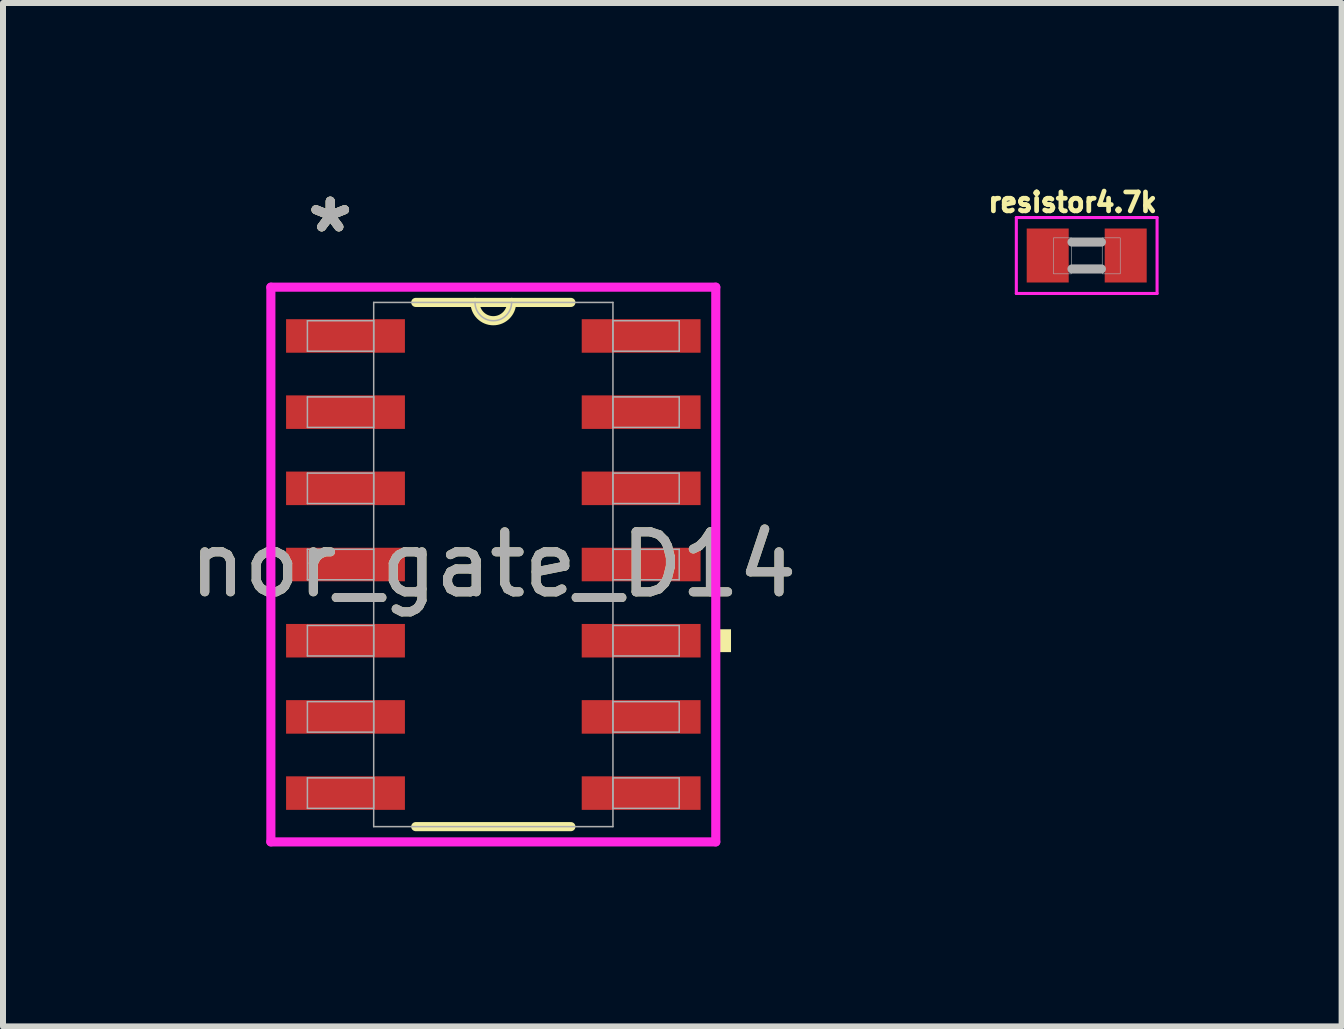
<source format=kicad_pcb>
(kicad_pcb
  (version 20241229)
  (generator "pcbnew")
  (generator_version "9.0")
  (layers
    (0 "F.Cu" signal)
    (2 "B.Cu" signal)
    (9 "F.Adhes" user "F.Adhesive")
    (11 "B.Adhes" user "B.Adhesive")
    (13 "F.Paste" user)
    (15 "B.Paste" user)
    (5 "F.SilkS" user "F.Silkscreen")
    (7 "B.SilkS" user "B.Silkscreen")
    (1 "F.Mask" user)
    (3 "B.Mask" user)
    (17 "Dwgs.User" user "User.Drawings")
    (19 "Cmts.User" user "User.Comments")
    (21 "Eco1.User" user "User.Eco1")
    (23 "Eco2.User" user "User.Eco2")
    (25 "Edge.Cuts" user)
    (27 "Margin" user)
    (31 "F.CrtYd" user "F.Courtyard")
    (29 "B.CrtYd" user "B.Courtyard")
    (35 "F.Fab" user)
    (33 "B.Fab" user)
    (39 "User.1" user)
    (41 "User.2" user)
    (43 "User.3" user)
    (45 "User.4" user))
  (footprint "nor_gate_D14"
    (layer "F.Cu")
    (at 5.173 6.36)
    (property "Reference" "nor_gate_D14" (at 0 0 0) (unlocked yes) (layer "F.SilkS") (effects (font (size 1 1) (thickness 0.15))))
    (attr smd)
    (fp_line (start -1.293 4.369) (end 1.293 4.369) (stroke (width 0.152) (type solid)) (layer "F.SilkS"))
    (fp_line (start 1.293 -4.369) (end -1.293 -4.369) (stroke (width 0.152) (type solid)) (layer "F.SilkS"))
    (fp_arc (start 0.3048 -4.3688) (mid 0 -4.064) (end -0.3048 -4.3688) (stroke (width 0.1524) (type solid)) (layer "F.SilkS"))
    (fp_poly (pts (xy 3.962 1.079) (xy 3.962 1.46) (xy 3.708 1.46) (xy 3.708 1.079)) (stroke (width 0) (type solid)) (fill yes) (layer "F.SilkS"))
    (fp_line (start -3.708 -4.623) (end 3.708 -4.623) (stroke (width 0.152) (type solid)) (layer "F.CrtYd"))
    (fp_line (start -3.708 4.623) (end -3.708 -4.623) (stroke (width 0.152) (type solid)) (layer "F.CrtYd"))
    (fp_line (start 3.708 -4.623) (end 3.708 4.623) (stroke (width 0.152) (type solid)) (layer "F.CrtYd"))
    (fp_line (start 3.708 4.623) (end -3.708 4.623) (stroke (width 0.152) (type solid)) (layer "F.CrtYd"))
    (fp_line (start -3.099 -4.064) (end -3.099 -3.556) (stroke (width 0.025) (type solid)) (layer "F.Fab"))
    (fp_line (start -3.099 -3.556) (end -1.994 -3.556) (stroke (width 0.025) (type solid)) (layer "F.Fab"))
    (fp_line (start -3.099 -2.794) (end -3.099 -2.286) (stroke (width 0.025) (type solid)) (layer "F.Fab"))
    (fp_line (start -3.099 -2.286) (end -1.994 -2.286) (stroke (width 0.025) (type solid)) (layer "F.Fab"))
    (fp_line (start -3.099 -1.524) (end -3.099 -1.016) (stroke (width 0.025) (type solid)) (layer "F.Fab"))
    (fp_line (start -3.099 -1.016) (end -1.994 -1.016) (stroke (width 0.025) (type solid)) (layer "F.Fab"))
    (fp_line (start -3.099 -0.254) (end -3.099 0.254) (stroke (width 0.025) (type solid)) (layer "F.Fab"))
    (fp_line (start -3.099 0.254) (end -1.994 0.254) (stroke (width 0.025) (type solid)) (layer "F.Fab"))
    (fp_line (start -3.099 1.016) (end -3.099 1.524) (stroke (width 0.025) (type solid)) (layer "F.Fab"))
    (fp_line (start -3.099 1.524) (end -1.994 1.524) (stroke (width 0.025) (type solid)) (layer "F.Fab"))
    (fp_line (start -3.099 2.286) (end -3.099 2.794) (stroke (width 0.025) (type solid)) (layer "F.Fab"))
    (fp_line (start -3.099 2.794) (end -1.994 2.794) (stroke (width 0.025) (type solid)) (layer "F.Fab"))
    (fp_line (start -3.099 3.556) (end -3.099 4.064) (stroke (width 0.025) (type solid)) (layer "F.Fab"))
    (fp_line (start -3.099 4.064) (end -1.994 4.064) (stroke (width 0.025) (type solid)) (layer "F.Fab"))
    (fp_line (start -1.994 -4.369) (end -1.994 4.369) (stroke (width 0.025) (type solid)) (layer "F.Fab"))
    (fp_line (start -1.994 -4.064) (end -3.099 -4.064) (stroke (width 0.025) (type solid)) (layer "F.Fab"))
    (fp_line (start -1.994 -3.556) (end -1.994 -4.064) (stroke (width 0.025) (type solid)) (layer "F.Fab"))
    (fp_line (start -1.994 -2.794) (end -3.099 -2.794) (stroke (width 0.025) (type solid)) (layer "F.Fab"))
    (fp_line (start -1.994 -2.286) (end -1.994 -2.794) (stroke (width 0.025) (type solid)) (layer "F.Fab"))
    (fp_line (start -1.994 -1.524) (end -3.099 -1.524) (stroke (width 0.025) (type solid)) (layer "F.Fab"))
    (fp_line (start -1.994 -1.016) (end -1.994 -1.524) (stroke (width 0.025) (type solid)) (layer "F.Fab"))
    (fp_line (start -1.994 -0.254) (end -3.099 -0.254) (stroke (width 0.025) (type solid)) (layer "F.Fab"))
    (fp_line (start -1.994 0.254) (end -1.994 -0.254) (stroke (width 0.025) (type solid)) (layer "F.Fab"))
    (fp_line (start -1.994 1.016) (end -3.099 1.016) (stroke (width 0.025) (type solid)) (layer "F.Fab"))
    (fp_line (start -1.994 1.524) (end -1.994 1.016) (stroke (width 0.025) (type solid)) (layer "F.Fab"))
    (fp_line (start -1.994 2.286) (end -3.099 2.286) (stroke (width 0.025) (type solid)) (layer "F.Fab"))
    (fp_line (start -1.994 2.794) (end -1.994 2.286) (stroke (width 0.025) (type solid)) (layer "F.Fab"))
    (fp_line (start -1.994 3.556) (end -3.099 3.556) (stroke (width 0.025) (type solid)) (layer "F.Fab"))
    (fp_line (start -1.994 4.064) (end -1.994 3.556) (stroke (width 0.025) (type solid)) (layer "F.Fab"))
    (fp_line (start -1.994 4.369) (end 1.994 4.369) (stroke (width 0.025) (type solid)) (layer "F.Fab"))
    (fp_line (start 1.994 -4.369) (end -1.994 -4.369) (stroke (width 0.025) (type solid)) (layer "F.Fab"))
    (fp_line (start 1.994 -4.064) (end 1.994 -3.556) (stroke (width 0.025) (type solid)) (layer "F.Fab"))
    (fp_line (start 1.994 -3.556) (end 3.099 -3.556) (stroke (width 0.025) (type solid)) (layer "F.Fab"))
    (fp_line (start 1.994 -2.794) (end 1.994 -2.286) (stroke (width 0.025) (type solid)) (layer "F.Fab"))
    (fp_line (start 1.994 -2.286) (end 3.099 -2.286) (stroke (width 0.025) (type solid)) (layer "F.Fab"))
    (fp_line (start 1.994 -1.524) (end 1.994 -1.016) (stroke (width 0.025) (type solid)) (layer "F.Fab"))
    (fp_line (start 1.994 -1.016) (end 3.099 -1.016) (stroke (width 0.025) (type solid)) (layer "F.Fab"))
    (fp_line (start 1.994 -0.254) (end 1.994 0.254) (stroke (width 0.025) (type solid)) (layer "F.Fab"))
    (fp_line (start 1.994 0.254) (end 3.099 0.254) (stroke (width 0.025) (type solid)) (layer "F.Fab"))
    (fp_line (start 1.994 1.016) (end 1.994 1.524) (stroke (width 0.025) (type solid)) (layer "F.Fab"))
    (fp_line (start 1.994 1.524) (end 3.099 1.524) (stroke (width 0.025) (type solid)) (layer "F.Fab"))
    (fp_line (start 1.994 2.286) (end 1.994 2.794) (stroke (width 0.025) (type solid)) (layer "F.Fab"))
    (fp_line (start 1.994 2.794) (end 3.099 2.794) (stroke (width 0.025) (type solid)) (layer "F.Fab"))
    (fp_line (start 1.994 3.556) (end 1.994 4.064) (stroke (width 0.025) (type solid)) (layer "F.Fab"))
    (fp_line (start 1.994 4.064) (end 3.099 4.064) (stroke (width 0.025) (type solid)) (layer "F.Fab"))
    (fp_line (start 1.994 4.369) (end 1.994 -4.369) (stroke (width 0.025) (type solid)) (layer "F.Fab"))
    (fp_line (start 3.099 -4.064) (end 1.994 -4.064) (stroke (width 0.025) (type solid)) (layer "F.Fab"))
    (fp_line (start 3.099 -3.556) (end 3.099 -4.064) (stroke (width 0.025) (type solid)) (layer "F.Fab"))
    (fp_line (start 3.099 -2.794) (end 1.994 -2.794) (stroke (width 0.025) (type solid)) (layer "F.Fab"))
    (fp_line (start 3.099 -2.286) (end 3.099 -2.794) (stroke (width 0.025) (type solid)) (layer "F.Fab"))
    (fp_line (start 3.099 -1.524) (end 1.994 -1.524) (stroke (width 0.025) (type solid)) (layer "F.Fab"))
    (fp_line (start 3.099 -1.016) (end 3.099 -1.524) (stroke (width 0.025) (type solid)) (layer "F.Fab"))
    (fp_line (start 3.099 -0.254) (end 1.994 -0.254) (stroke (width 0.025) (type solid)) (layer "F.Fab"))
    (fp_line (start 3.099 0.254) (end 3.099 -0.254) (stroke (width 0.025) (type solid)) (layer "F.Fab"))
    (fp_line (start 3.099 1.016) (end 1.994 1.016) (stroke (width 0.025) (type solid)) (layer "F.Fab"))
    (fp_line (start 3.099 1.524) (end 3.099 1.016) (stroke (width 0.025) (type solid)) (layer "F.Fab"))
    (fp_line (start 3.099 2.286) (end 1.994 2.286) (stroke (width 0.025) (type solid)) (layer "F.Fab"))
    (fp_line (start 3.099 2.794) (end 3.099 2.286) (stroke (width 0.025) (type solid)) (layer "F.Fab"))
    (fp_line (start 3.099 3.556) (end 1.994 3.556) (stroke (width 0.025) (type solid)) (layer "F.Fab"))
    (fp_line (start 3.099 4.064) (end 3.099 3.556) (stroke (width 0.025) (type solid)) (layer "F.Fab"))
    (fp_arc (start 0.3048 -4.3688) (mid 0 -4.064) (end -0.3048 -4.3688) (stroke (width 0.0254) (type solid)) (layer "F.Fab"))
    (fp_text user "*" (at -2.718 -5.512 0) (unlocked yes) (layer "F.SilkS") (effects (font (size 1 1) (thickness 0.15))))
    (fp_text user "*" (at -2.718 -5.512 0) (layer "F.SilkS") (effects (font (size 1 1) (thickness 0.15))))
    (fp_text user "${REFERENCE}" (at 0 0 0) (unlocked yes) (layer "F.Fab") (effects (font (size 1 1) (thickness 0.15))))
    (fp_text user "*" (at -2.718 -5.512 0) (unlocked yes) (layer "F.Fab") (effects (font (size 1 1) (thickness 0.15))))
    (fp_text user "*" (at -2.718 -5.512 0) (layer "F.Fab") (effects (font (size 1 1) (thickness 0.15))))
    (pad "1" smd rect (at -2.464 -3.81) (size 1.981 0.559) (layers "F.Cu" "F.Mask" "F.Paste"))
    (pad "2" smd rect (at -2.464 -2.54) (size 1.981 0.559) (layers "F.Cu" "F.Mask" "F.Paste"))
    (pad "3" smd rect (at -2.464 -1.27) (size 1.981 0.559) (layers "F.Cu" "F.Mask" "F.Paste"))
    (pad "4" smd rect (at -2.464 0) (size 1.981 0.559) (layers "F.Cu" "F.Mask" "F.Paste"))
    (pad "5" smd rect (at -2.464 1.27) (size 1.981 0.559) (layers "F.Cu" "F.Mask" "F.Paste"))
    (pad "6" smd rect (at -2.464 2.54) (size 1.981 0.559) (layers "F.Cu" "F.Mask" "F.Paste"))
    (pad "7" smd rect (at -2.464 3.81) (size 1.981 0.559) (layers "F.Cu" "F.Mask" "F.Paste"))
    (pad "8" smd rect (at 2.464 3.81) (size 1.981 0.559) (layers "F.Cu" "F.Mask" "F.Paste"))
    (pad "9" smd rect (at 2.464 2.54) (size 1.981 0.559) (layers "F.Cu" "F.Mask" "F.Paste"))
    (pad "10" smd rect (at 2.464 1.27) (size 1.981 0.559) (layers "F.Cu" "F.Mask" "F.Paste"))
    (pad "11" smd rect (at 2.464 0) (size 1.981 0.559) (layers "F.Cu" "F.Mask" "F.Paste"))
    (pad "12" smd rect (at 2.464 -1.27) (size 1.981 0.559) (layers "F.Cu" "F.Mask" "F.Paste"))
    (pad "13" smd rect (at 2.464 -2.54) (size 1.981 0.559) (layers "F.Cu" "F.Mask" "F.Paste"))
    (pad "14" smd rect (at 2.464 -3.81) (size 1.981 0.559) (layers "F.Cu" "F.Mask" "F.Paste")))
  (footprint "resistor4.7k"
    (layer "F.Cu")
    (at 15.064 1.209)
    (property "Reference" "resistor4.7k" (at -0.235 -0.886 0) (layer "F.SilkS") (effects (font (size 0.315 0.315) (thickness 0.15))))
    (attr smd)
    (fp_line (start -1.173 -0.633) (end 1.173 -0.633) (stroke (width 0.051) (type solid)) (layer "F.CrtYd"))
    (fp_line (start -1.173 0.633) (end -1.173 -0.633) (stroke (width 0.051) (type solid)) (layer "F.CrtYd"))
    (fp_line (start 1.173 -0.633) (end 1.173 0.633) (stroke (width 0.051) (type solid)) (layer "F.CrtYd"))
    (fp_line (start 1.173 0.633) (end -1.173 0.633) (stroke (width 0.051) (type solid)) (layer "F.CrtYd"))
    (fp_line (start -0.245 -0.224) (end 0.245 -0.224) (stroke (width 0.152) (type solid)) (layer "F.Fab"))
    (fp_line (start 0.245 0.224) (end -0.245 0.224) (stroke (width 0.152) (type solid)) (layer "F.Fab"))
    (fp_poly (pts (xy -0.554 -0.295) (xy -0.254 -0.295) (xy -0.254 0.305) (xy -0.554 0.305)) (stroke (width 0.01) (type solid)) (fill no) (layer "F.Fab"))
    (fp_poly (pts (xy 0.259 -0.295) (xy 0.559 -0.295) (xy 0.559 0.305) (xy 0.259 0.305)) (stroke (width 0.01) (type solid)) (fill no) (layer "F.Fab"))
    (pad "1" smd rect (at -0.65 0) (size 0.7 0.9) (layers "F.Cu" "F.Mask" "F.Paste"))
    (pad "2" smd rect (at 0.65 0) (size 0.7 0.9) (layers "F.Cu" "F.Mask" "F.Paste")))
  (gr_rect
    (start -3 -3)
    (end 19.313 14.059)
    (stroke (width 0.1) (type default))
    (fill no)
    (layer "Edge.Cuts")))
</source>
